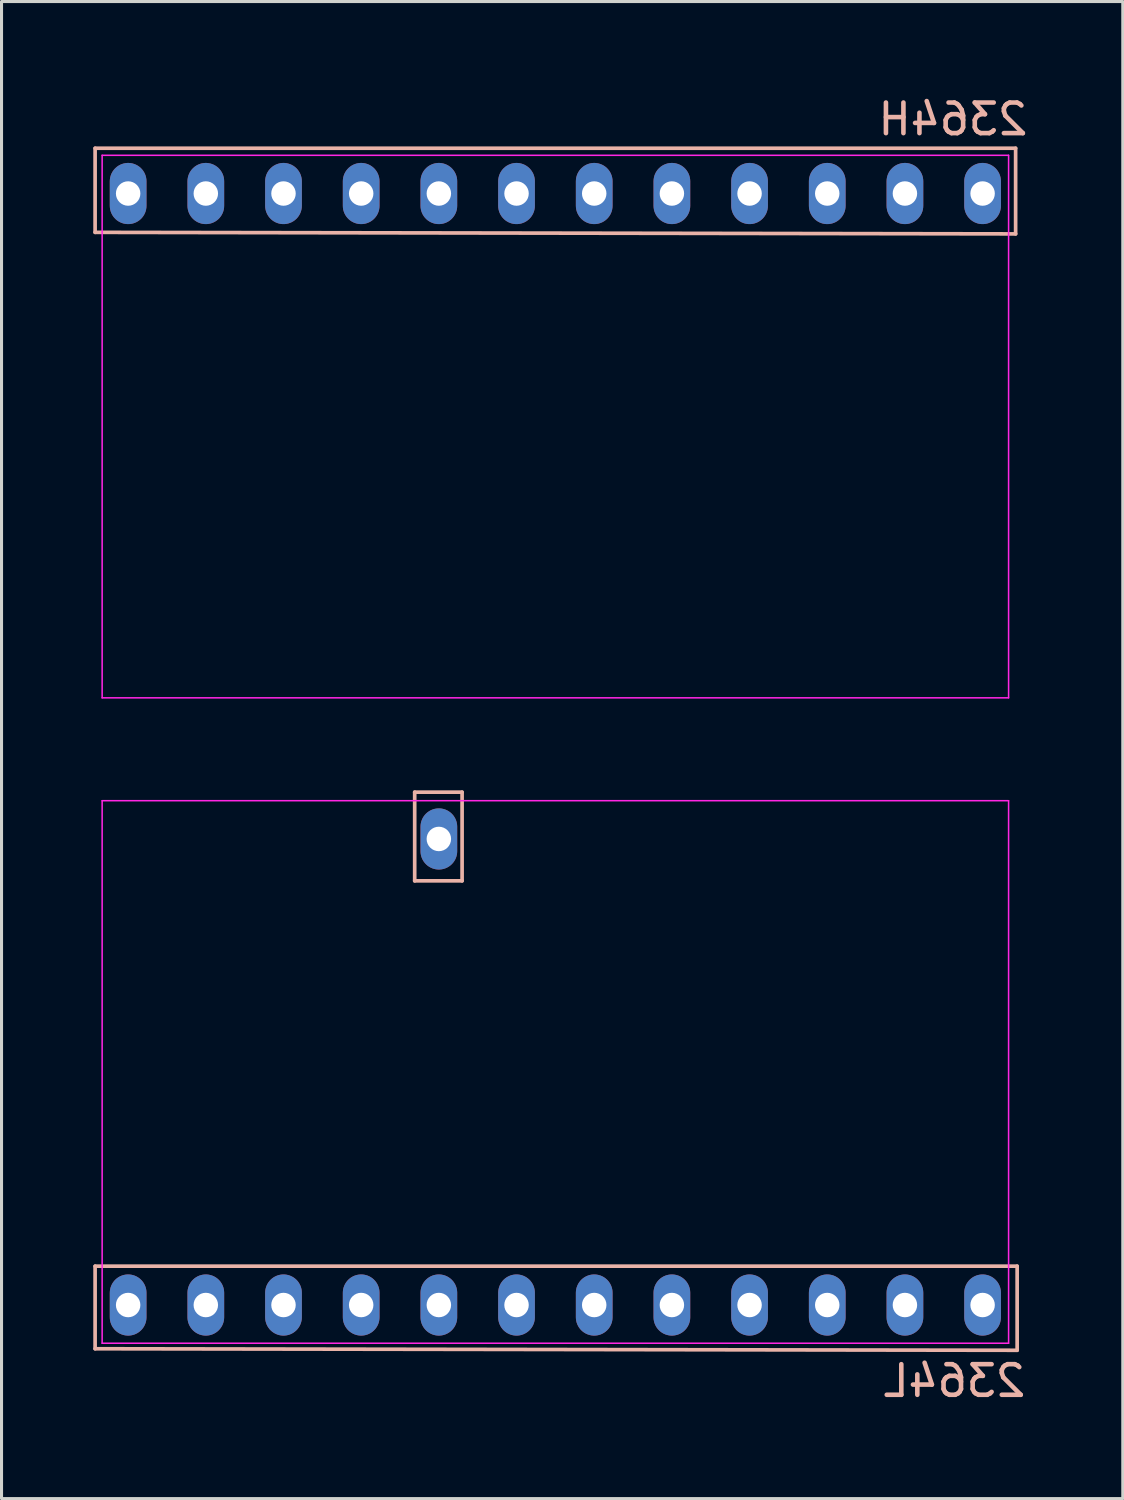
<source format=kicad_pcb>
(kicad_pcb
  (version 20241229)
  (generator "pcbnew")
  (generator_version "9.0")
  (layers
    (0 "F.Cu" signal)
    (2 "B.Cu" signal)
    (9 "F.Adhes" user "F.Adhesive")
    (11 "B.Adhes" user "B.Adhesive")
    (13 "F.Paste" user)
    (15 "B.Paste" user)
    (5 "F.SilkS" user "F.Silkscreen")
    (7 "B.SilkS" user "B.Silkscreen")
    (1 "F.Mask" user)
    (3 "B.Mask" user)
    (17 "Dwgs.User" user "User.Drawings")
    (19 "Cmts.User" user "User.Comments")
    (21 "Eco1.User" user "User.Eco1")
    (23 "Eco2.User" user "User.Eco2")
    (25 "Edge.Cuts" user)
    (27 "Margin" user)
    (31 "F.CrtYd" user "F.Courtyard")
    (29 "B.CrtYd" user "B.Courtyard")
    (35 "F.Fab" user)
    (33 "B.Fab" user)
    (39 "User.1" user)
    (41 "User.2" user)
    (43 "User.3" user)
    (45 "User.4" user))
  (footprint "2364H"
    (layer "F.Cu")
    (at 15.11 10.898)
    (property "Reference" "2364H" (at 13 -10.05 180) (layer "B.SilkS") (effects (font (size 1 1) (thickness 0.15)) (justify mirror)))
    (attr through_hole)
    (fp_line (start -15.05 -9.1) (end 15.05 -9.1) (stroke (width 0.12) (type solid)) (layer "B.SilkS"))
    (fp_line (start -15.05 -6.35) (end -15.05 -9.1) (stroke (width 0.12) (type solid)) (layer "B.SilkS"))
    (fp_line (start 15.05 -9.1) (end 15.05 -6.3) (stroke (width 0.12) (type solid)) (layer "B.SilkS"))
    (fp_line (start 15.05 -6.3) (end -15.05 -6.35) (stroke (width 0.12) (type solid)) (layer "B.SilkS"))
    (fp_line (start -14.82 -8.87) (end 14.82 -8.87) (stroke (width 0.05) (type solid)) (layer "F.CrtYd"))
    (fp_line (start -14.82 8.87) (end -14.82 -8.87) (stroke (width 0.05) (type solid)) (layer "F.CrtYd"))
    (fp_line (start 14.82 -8.87) (end 14.82 8.87) (stroke (width 0.05) (type solid)) (layer "F.CrtYd"))
    (fp_line (start 14.82 8.87) (end -14.82 8.87) (stroke (width 0.05) (type solid)) (layer "F.CrtYd"))
    (pad "13" thru_hole oval (at 13.97 -7.62) (size 1.2 2) (drill 0.8) (layers "*.Cu" "*.Mask"))
    (pad "14" thru_hole oval (at 11.43 -7.62) (size 1.2 2) (drill 0.8) (layers "*.Cu" "*.Mask"))
    (pad "15" thru_hole oval (at 8.89 -7.62) (size 1.2 2) (drill 0.8) (layers "*.Cu" "*.Mask"))
    (pad "16" thru_hole oval (at 6.35 -7.62) (size 1.2 2) (drill 0.8) (layers "*.Cu" "*.Mask"))
    (pad "17" thru_hole oval (at 3.81 -7.62) (size 1.2 2) (drill 0.8) (layers "*.Cu" "*.Mask"))
    (pad "18" thru_hole oval (at 1.27 -7.62) (size 1.2 2) (drill 0.8) (layers "*.Cu" "*.Mask"))
    (pad "19" thru_hole oval (at -1.27 -7.62) (size 1.2 2) (drill 0.8) (layers "*.Cu" "*.Mask"))
    (pad "20" thru_hole oval (at -3.81 -7.62) (size 1.2 2) (drill 0.8) (layers "*.Cu" "*.Mask"))
    (pad "21" thru_hole oval (at -6.35 -7.62) (size 1.2 2) (drill 0.8) (layers "*.Cu" "*.Mask"))
    (pad "22" thru_hole oval (at -8.89 -7.62) (size 1.2 2) (drill 0.8) (layers "*.Cu" "*.Mask"))
    (pad "23" thru_hole oval (at -11.43 -7.62) (size 1.2 2) (drill 0.8) (layers "*.Cu" "*.Mask"))
    (pad "24" thru_hole oval (at -13.97 -7.62) (size 1.2 2) (drill 0.8) (layers "*.Cu" "*.Mask")))
  (footprint "2364L"
    (layer "F.Cu")
    (at 15.11 32.003)
    (property "Reference" "2364L" (at 13.05 10.1 180) (layer "B.SilkS") (effects (font (size 1 1) (thickness 0.15)) (justify mirror)))
    (attr through_hole)
    (fp_line (start -15.05 6.35) (end 15.1 6.35) (stroke (width 0.12) (type solid)) (layer "B.SilkS"))
    (fp_line (start -15.05 9.05) (end -15.05 6.35) (stroke (width 0.12) (type solid)) (layer "B.SilkS"))
    (fp_line (start -4.6 -9.15) (end -4.6 -6.25) (stroke (width 0.12) (type solid)) (layer "B.SilkS"))
    (fp_line (start -4.6 -9.15) (end -3.05 -9.15) (stroke (width 0.12) (type solid)) (layer "B.SilkS"))
    (fp_line (start -4.6 -6.25) (end -3.05 -6.25) (stroke (width 0.12) (type solid)) (layer "B.SilkS"))
    (fp_line (start -3.05 -9.15) (end -3.05 -6.25) (stroke (width 0.12) (type solid)) (layer "B.SilkS"))
    (fp_line (start 15.1 6.35) (end 15.1 9.1) (stroke (width 0.12) (type solid)) (layer "B.SilkS"))
    (fp_line (start 15.1 9.1) (end -15.05 9.05) (stroke (width 0.12) (type solid)) (layer "B.SilkS"))
    (fp_line (start -14.82 -8.87) (end 14.82 -8.87) (stroke (width 0.05) (type solid)) (layer "F.CrtYd"))
    (fp_line (start -14.82 8.87) (end -14.82 -8.87) (stroke (width 0.05) (type solid)) (layer "F.CrtYd"))
    (fp_line (start 14.82 -8.87) (end 14.82 8.87) (stroke (width 0.05) (type solid)) (layer "F.CrtYd"))
    (fp_line (start 14.82 8.87) (end -14.82 8.87) (stroke (width 0.05) (type solid)) (layer "F.CrtYd"))
    (pad "1" thru_hole oval (at -13.97 7.62) (size 1.2 2) (drill 0.8) (layers "*.Cu" "*.Mask"))
    (pad "2" thru_hole oval (at -11.43 7.62) (size 1.2 2) (drill 0.8) (layers "*.Cu" "*.Mask"))
    (pad "3" thru_hole oval (at -8.89 7.62) (size 1.2 2) (drill 0.8) (layers "*.Cu" "*.Mask"))
    (pad "4" thru_hole oval (at -6.35 7.62) (size 1.2 2) (drill 0.8) (layers "*.Cu" "*.Mask"))
    (pad "5" thru_hole oval (at -3.81 7.62) (size 1.2 2) (drill 0.8) (layers "*.Cu" "*.Mask"))
    (pad "6" thru_hole oval (at -1.27 7.62) (size 1.2 2) (drill 0.8) (layers "*.Cu" "*.Mask"))
    (pad "7" thru_hole oval (at 1.27 7.62) (size 1.2 2) (drill 0.8) (layers "*.Cu" "*.Mask"))
    (pad "8" thru_hole oval (at 3.81 7.62) (size 1.2 2) (drill 0.8) (layers "*.Cu" "*.Mask"))
    (pad "9" thru_hole oval (at 6.35 7.62) (size 1.2 2) (drill 0.8) (layers "*.Cu" "*.Mask"))
    (pad "10" thru_hole oval (at 8.89 7.62) (size 1.2 2) (drill 0.8) (layers "*.Cu" "*.Mask"))
    (pad "11" thru_hole oval (at 11.43 7.62) (size 1.2 2) (drill 0.8) (layers "*.Cu" "*.Mask"))
    (pad "12" thru_hole oval (at 13.97 7.62) (size 1.2 2) (drill 0.8) (layers "*.Cu" "*.Mask"))
    (pad "20" thru_hole oval (at -3.81 -7.62) (size 1.2 2) (drill 0.8) (layers "*.Cu" "*.Mask")))
  (gr_rect
    (start -3 -3)
    (end 33.664 45.952)
    (stroke (width 0.1) (type default))
    (fill no)
    (layer "Edge.Cuts")))
</source>
